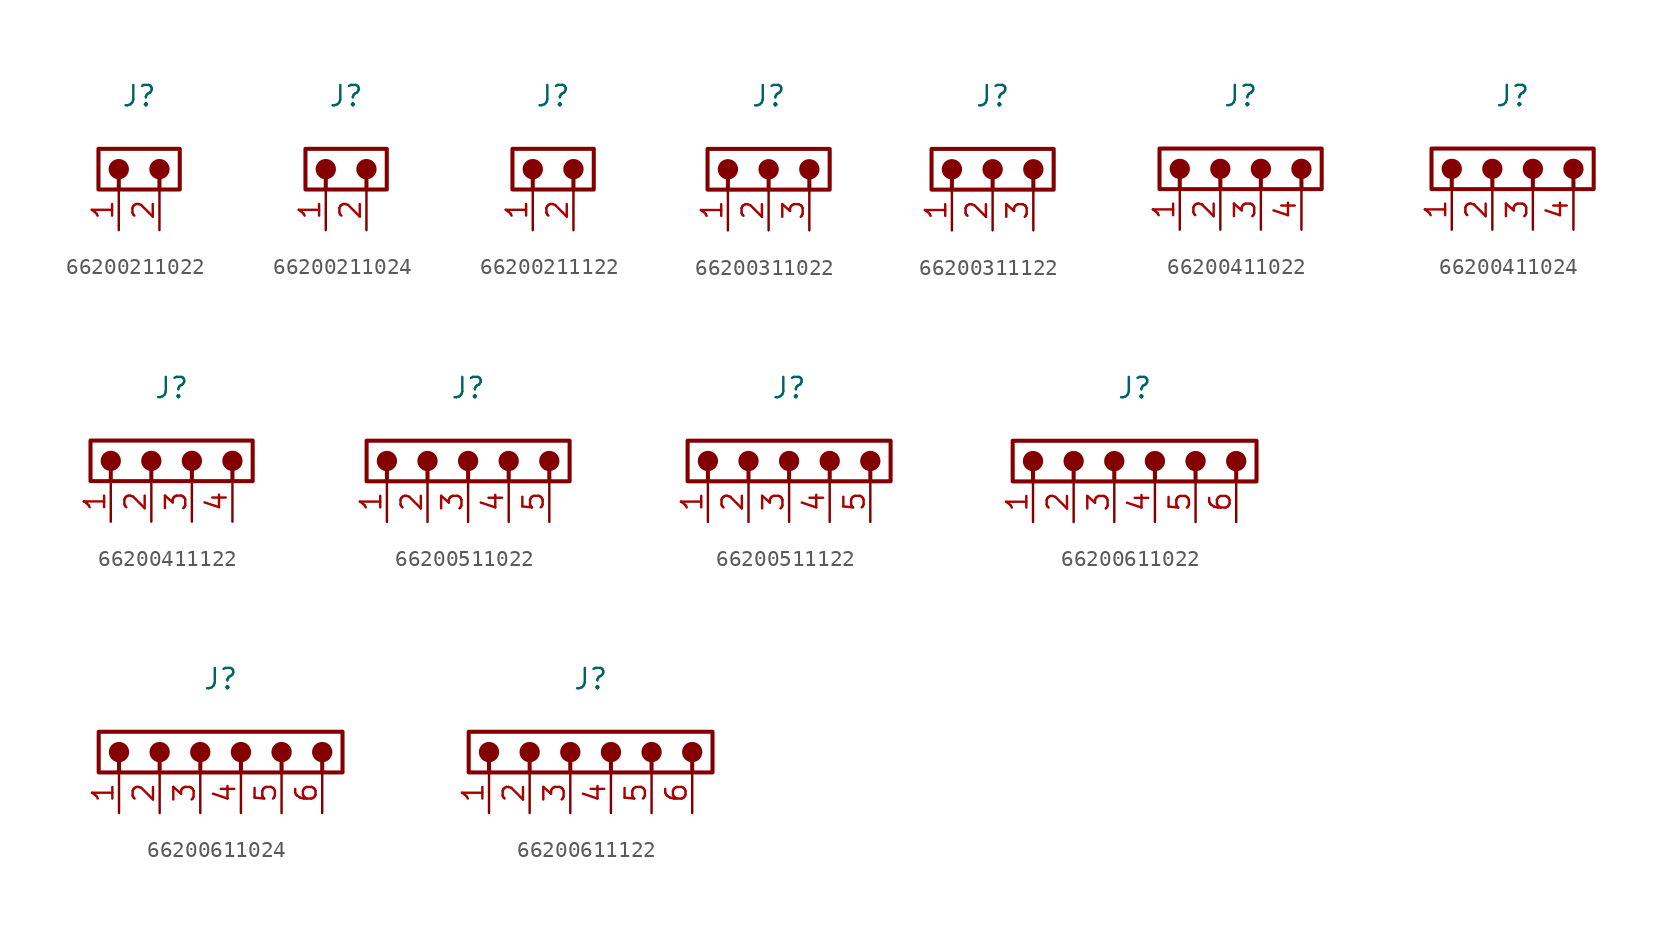
<source format=kicad_sym>
(kicad_symbol_lib
  (version 20241209)
  (generator "kicad_symbol_editor")
  (generator_version "9.0")
  (symbol "66200211022"
    (pin_names
      (hide yes))
    (property "Reference" "J"
      (at 0 4.572 0)
      (effects (font (size 1.27 1.27))))
    (symbol "66200211022_1_1"
      (rectangle (start -2.54 1.27) (end 2.54 -1.27) (stroke (width 0.254) (type solid)) (fill (type none)))
      (circle (center -1.27 0) (radius 0.508) (stroke (width 0.254) (type solid)) (fill (type outline)))
      (polyline (pts (xy -1.27 -0.508) (xy -1.27 -1.27)) (stroke (width 0.254) (type solid)) (fill (type none)))
      (circle (center 1.27 0) (radius 0.508) (stroke (width 0.254) (type solid)) (fill (type outline)))
      (polyline (pts (xy 1.27 -0.508) (xy 1.27 -1.27)) (stroke (width 0.254) (type solid)) (fill (type none)))
      (pin passive line (at -1.27 -3.81 90) (length 2.54) (name "1" (effects (font (size 1.27 1.27)))) (number "1" (effects (font (size 1.27 1.27)))))
      (pin passive line (at 1.27 -3.81 90) (length 2.54) (name "2" (effects (font (size 1.27 1.27)))) (number "2" (effects (font (size 1.27 1.27)))))))
  (symbol "66200211024"
    (pin_names
      (hide yes))
    (property "Reference" "J"
      (at 0 4.572 0)
      (effects (font (size 1.27 1.27))))
    (symbol "66200211024_1_1"
      (rectangle (start -2.54 1.27) (end 2.54 -1.27) (stroke (width 0.254) (type solid)) (fill (type none)))
      (circle (center -1.27 0) (radius 0.508) (stroke (width 0.254) (type solid)) (fill (type outline)))
      (polyline (pts (xy -1.27 -0.508) (xy -1.27 -1.27)) (stroke (width 0.254) (type solid)) (fill (type none)))
      (circle (center 1.27 0) (radius 0.508) (stroke (width 0.254) (type solid)) (fill (type outline)))
      (polyline (pts (xy 1.27 -0.508) (xy 1.27 -1.27)) (stroke (width 0.254) (type solid)) (fill (type none)))
      (pin passive line (at -1.27 -3.81 90) (length 2.54) (name "1" (effects (font (size 1.27 1.27)))) (number "1" (effects (font (size 1.27 1.27)))))
      (pin passive line (at 1.27 -3.81 90) (length 2.54) (name "2" (effects (font (size 1.27 1.27)))) (number "2" (effects (font (size 1.27 1.27)))))))
  (symbol "66200211122"
    (pin_names
      (hide yes))
    (property "Reference" "J"
      (at 0 4.572 0)
      (effects (font (size 1.27 1.27))))
    (symbol "66200211122_1_1"
      (rectangle (start -2.54 1.27) (end 2.54 -1.27) (stroke (width 0.254) (type solid)) (fill (type none)))
      (circle (center -1.27 0) (radius 0.508) (stroke (width 0.254) (type solid)) (fill (type outline)))
      (polyline (pts (xy -1.27 -0.508) (xy -1.27 -1.27)) (stroke (width 0.254) (type solid)) (fill (type none)))
      (circle (center 1.27 0) (radius 0.508) (stroke (width 0.254) (type solid)) (fill (type outline)))
      (polyline (pts (xy 1.27 -0.508) (xy 1.27 -1.27)) (stroke (width 0.254) (type solid)) (fill (type none)))
      (pin passive line (at -1.27 -3.81 90) (length 2.54) (name "1" (effects (font (size 1.27 1.27)))) (number "1" (effects (font (size 1.27 1.27)))))
      (pin passive line (at 1.27 -3.81 90) (length 2.54) (name "2" (effects (font (size 1.27 1.27)))) (number "2" (effects (font (size 1.27 1.27)))))))
  (symbol "66200311022"
    (pin_names
      (hide yes))
    (property "Reference" "J"
      (at 0 4.572 0)
      (effects (font (size 1.27 1.27))))
    (symbol "66200311022_1_1"
      (rectangle (start -3.81 1.27) (end 3.81 -1.27) (stroke (width 0.254) (type solid)) (fill (type none)))
      (circle (center -2.54 0) (radius 0.508) (stroke (width 0.254) (type solid)) (fill (type outline)))
      (polyline (pts (xy -2.54 -0.508) (xy -2.54 -1.27)) (stroke (width 0.254) (type solid)) (fill (type none)))
      (circle (center 0 0) (radius 0.508) (stroke (width 0.254) (type solid)) (fill (type outline)))
      (polyline (pts (xy 0 -0.508) (xy 0 -1.27)) (stroke (width 0.254) (type solid)) (fill (type none)))
      (circle (center 2.54 0) (radius 0.508) (stroke (width 0.254) (type solid)) (fill (type outline)))
      (polyline (pts (xy 2.54 -0.508) (xy 2.54 -1.27)) (stroke (width 0.254) (type solid)) (fill (type none)))
      (pin passive line (at -2.54 -3.81 90) (length 2.54) (name "1" (effects (font (size 1.27 1.27)))) (number "1" (effects (font (size 1.27 1.27)))))
      (pin passive line (at 0 -3.81 90) (length 2.54) (name "2" (effects (font (size 1.27 1.27)))) (number "2" (effects (font (size 1.27 1.27)))))
      (pin passive line (at 2.54 -3.81 90) (length 2.54) (name "3" (effects (font (size 1.27 1.27)))) (number "3" (effects (font (size 1.27 1.27)))))))
  (symbol "66200311122"
    (pin_names
      (hide yes))
    (property "Reference" "J"
      (at 0 4.572 0)
      (effects (font (size 1.27 1.27))))
    (symbol "66200311122_1_1"
      (rectangle (start -3.81 1.27) (end 3.81 -1.27) (stroke (width 0.254) (type solid)) (fill (type none)))
      (circle (center -2.54 0) (radius 0.508) (stroke (width 0.254) (type solid)) (fill (type outline)))
      (polyline (pts (xy -2.54 -0.508) (xy -2.54 -1.27)) (stroke (width 0.254) (type solid)) (fill (type none)))
      (circle (center 0 0) (radius 0.508) (stroke (width 0.254) (type solid)) (fill (type outline)))
      (polyline (pts (xy 0 -0.508) (xy 0 -1.27)) (stroke (width 0.254) (type solid)) (fill (type none)))
      (circle (center 2.54 0) (radius 0.508) (stroke (width 0.254) (type solid)) (fill (type outline)))
      (polyline (pts (xy 2.54 -0.508) (xy 2.54 -1.27)) (stroke (width 0.254) (type solid)) (fill (type none)))
      (pin passive line (at -2.54 -3.81 90) (length 2.54) (name "1" (effects (font (size 1.27 1.27)))) (number "1" (effects (font (size 1.27 1.27)))))
      (pin passive line (at 0 -3.81 90) (length 2.54) (name "2" (effects (font (size 1.27 1.27)))) (number "2" (effects (font (size 1.27 1.27)))))
      (pin passive line (at 2.54 -3.81 90) (length 2.54) (name "3" (effects (font (size 1.27 1.27)))) (number "3" (effects (font (size 1.27 1.27)))))))
  (symbol "66200411022"
    (pin_names
      (hide yes))
    (property "Reference" "J"
      (at 0 4.572 0)
      (effects (font (size 1.27 1.27))))
    (symbol "66200411022_1_1"
      (rectangle (start -5.08 1.27) (end 5.08 -1.27) (stroke (width 0.254) (type solid)) (fill (type none)))
      (circle (center -3.81 0) (radius 0.508) (stroke (width 0.254) (type solid)) (fill (type outline)))
      (polyline (pts (xy -3.81 -0.508) (xy -3.81 -1.27)) (stroke (width 0.254) (type solid)) (fill (type none)))
      (circle (center -1.27 0) (radius 0.508) (stroke (width 0.254) (type solid)) (fill (type outline)))
      (polyline (pts (xy -1.27 -0.508) (xy -1.27 -1.27)) (stroke (width 0.254) (type solid)) (fill (type none)))
      (circle (center 1.27 0) (radius 0.508) (stroke (width 0.254) (type solid)) (fill (type outline)))
      (polyline (pts (xy 1.27 -0.508) (xy 1.27 -1.27)) (stroke (width 0.254) (type solid)) (fill (type none)))
      (circle (center 3.81 0) (radius 0.508) (stroke (width 0.254) (type solid)) (fill (type outline)))
      (polyline (pts (xy 3.81 -0.508) (xy 3.81 -1.27)) (stroke (width 0.254) (type solid)) (fill (type none)))
      (pin passive line (at -3.81 -3.81 90) (length 2.54) (name "1" (effects (font (size 1.27 1.27)))) (number "1" (effects (font (size 1.27 1.27)))))
      (pin passive line (at -1.27 -3.81 90) (length 2.54) (name "2" (effects (font (size 1.27 1.27)))) (number "2" (effects (font (size 1.27 1.27)))))
      (pin passive line (at 1.27 -3.81 90) (length 2.54) (name "3" (effects (font (size 1.27 1.27)))) (number "3" (effects (font (size 1.27 1.27)))))
      (pin passive line (at 3.81 -3.81 90) (length 2.54) (name "4" (effects (font (size 1.27 1.27)))) (number "4" (effects (font (size 1.27 1.27)))))))
  (symbol "66200411024"
    (pin_names
      (hide yes))
    (property "Reference" "J"
      (at 0 4.572 0)
      (effects (font (size 1.27 1.27))))
    (symbol "66200411024_1_1"
      (rectangle (start -5.08 1.27) (end 5.08 -1.27) (stroke (width 0.254) (type solid)) (fill (type none)))
      (circle (center -3.81 0) (radius 0.508) (stroke (width 0.254) (type solid)) (fill (type outline)))
      (polyline (pts (xy -3.81 -0.508) (xy -3.81 -1.27)) (stroke (width 0.254) (type solid)) (fill (type none)))
      (circle (center -1.27 0) (radius 0.508) (stroke (width 0.254) (type solid)) (fill (type outline)))
      (polyline (pts (xy -1.27 -0.508) (xy -1.27 -1.27)) (stroke (width 0.254) (type solid)) (fill (type none)))
      (circle (center 1.27 0) (radius 0.508) (stroke (width 0.254) (type solid)) (fill (type outline)))
      (polyline (pts (xy 1.27 -0.508) (xy 1.27 -1.27)) (stroke (width 0.254) (type solid)) (fill (type none)))
      (circle (center 3.81 0) (radius 0.508) (stroke (width 0.254) (type solid)) (fill (type outline)))
      (polyline (pts (xy 3.81 -0.508) (xy 3.81 -1.27)) (stroke (width 0.254) (type solid)) (fill (type none)))
      (pin passive line (at -3.81 -3.81 90) (length 2.54) (name "1" (effects (font (size 1.27 1.27)))) (number "1" (effects (font (size 1.27 1.27)))))
      (pin passive line (at -1.27 -3.81 90) (length 2.54) (name "2" (effects (font (size 1.27 1.27)))) (number "2" (effects (font (size 1.27 1.27)))))
      (pin passive line (at 1.27 -3.81 90) (length 2.54) (name "3" (effects (font (size 1.27 1.27)))) (number "3" (effects (font (size 1.27 1.27)))))
      (pin passive line (at 3.81 -3.81 90) (length 2.54) (name "4" (effects (font (size 1.27 1.27)))) (number "4" (effects (font (size 1.27 1.27)))))))
  (symbol "66200411122"
    (pin_names
      (hide yes))
    (property "Reference" "J"
      (at 0 4.572 0)
      (effects (font (size 1.27 1.27))))
    (symbol "66200411122_1_1"
      (rectangle (start -5.08 1.27) (end 5.08 -1.27) (stroke (width 0.254) (type solid)) (fill (type none)))
      (circle (center -3.81 0) (radius 0.508) (stroke (width 0.254) (type solid)) (fill (type outline)))
      (polyline (pts (xy -3.81 -0.508) (xy -3.81 -1.27)) (stroke (width 0.254) (type solid)) (fill (type none)))
      (circle (center -1.27 0) (radius 0.508) (stroke (width 0.254) (type solid)) (fill (type outline)))
      (polyline (pts (xy -1.27 -0.508) (xy -1.27 -1.27)) (stroke (width 0.254) (type solid)) (fill (type none)))
      (circle (center 1.27 0) (radius 0.508) (stroke (width 0.254) (type solid)) (fill (type outline)))
      (polyline (pts (xy 1.27 -0.508) (xy 1.27 -1.27)) (stroke (width 0.254) (type solid)) (fill (type none)))
      (circle (center 3.81 0) (radius 0.508) (stroke (width 0.254) (type solid)) (fill (type outline)))
      (polyline (pts (xy 3.81 -0.508) (xy 3.81 -1.27)) (stroke (width 0.254) (type solid)) (fill (type none)))
      (pin passive line (at -3.81 -3.81 90) (length 2.54) (name "1" (effects (font (size 1.27 1.27)))) (number "1" (effects (font (size 1.27 1.27)))))
      (pin passive line (at -1.27 -3.81 90) (length 2.54) (name "2" (effects (font (size 1.27 1.27)))) (number "2" (effects (font (size 1.27 1.27)))))
      (pin passive line (at 1.27 -3.81 90) (length 2.54) (name "3" (effects (font (size 1.27 1.27)))) (number "3" (effects (font (size 1.27 1.27)))))
      (pin passive line (at 3.81 -3.81 90) (length 2.54) (name "4" (effects (font (size 1.27 1.27)))) (number "4" (effects (font (size 1.27 1.27)))))))
  (symbol "66200511022"
    (pin_names
      (hide yes))
    (property "Reference" "J"
      (at 0 4.572 0)
      (effects (font (size 1.27 1.27))))
    (symbol "66200511022_1_1"
      (rectangle (start -6.35 1.27) (end 6.35 -1.27) (stroke (width 0.254) (type solid)) (fill (type none)))
      (circle (center -5.08 0) (radius 0.508) (stroke (width 0.254) (type solid)) (fill (type outline)))
      (polyline (pts (xy -5.08 -0.508) (xy -5.08 -1.27)) (stroke (width 0.254) (type solid)) (fill (type none)))
      (circle (center -2.54 0) (radius 0.508) (stroke (width 0.254) (type solid)) (fill (type outline)))
      (polyline (pts (xy -2.54 -0.508) (xy -2.54 -1.27)) (stroke (width 0.254) (type solid)) (fill (type none)))
      (circle (center 0 0) (radius 0.508) (stroke (width 0.254) (type solid)) (fill (type outline)))
      (polyline (pts (xy 0 -0.508) (xy 0 -1.27)) (stroke (width 0.254) (type solid)) (fill (type none)))
      (circle (center 2.54 0) (radius 0.508) (stroke (width 0.254) (type solid)) (fill (type outline)))
      (polyline (pts (xy 2.54 -0.508) (xy 2.54 -1.27)) (stroke (width 0.254) (type solid)) (fill (type none)))
      (circle (center 5.08 0) (radius 0.508) (stroke (width 0.254) (type solid)) (fill (type outline)))
      (polyline (pts (xy 5.08 -0.508) (xy 5.08 -1.27)) (stroke (width 0.254) (type solid)) (fill (type none)))
      (pin passive line (at -5.08 -3.81 90) (length 2.54) (name "1" (effects (font (size 1.27 1.27)))) (number "1" (effects (font (size 1.27 1.27)))))
      (pin passive line (at -2.54 -3.81 90) (length 2.54) (name "2" (effects (font (size 1.27 1.27)))) (number "2" (effects (font (size 1.27 1.27)))))
      (pin passive line (at 0 -3.81 90) (length 2.54) (name "3" (effects (font (size 1.27 1.27)))) (number "3" (effects (font (size 1.27 1.27)))))
      (pin passive line (at 2.54 -3.81 90) (length 2.54) (name "4" (effects (font (size 1.27 1.27)))) (number "4" (effects (font (size 1.27 1.27)))))
      (pin passive line (at 5.08 -3.81 90) (length 2.54) (name "5" (effects (font (size 1.27 1.27)))) (number "5" (effects (font (size 1.27 1.27)))))))
  (symbol "66200511122"
    (pin_names
      (hide yes))
    (property "Reference" "J"
      (at 0 4.572 0)
      (effects (font (size 1.27 1.27))))
    (symbol "66200511122_1_1"
      (rectangle (start -6.35 1.27) (end 6.35 -1.27) (stroke (width 0.254) (type solid)) (fill (type none)))
      (circle (center -5.08 0) (radius 0.508) (stroke (width 0.254) (type solid)) (fill (type outline)))
      (polyline (pts (xy -5.08 -0.508) (xy -5.08 -1.27)) (stroke (width 0.254) (type solid)) (fill (type none)))
      (circle (center -2.54 0) (radius 0.508) (stroke (width 0.254) (type solid)) (fill (type outline)))
      (polyline (pts (xy -2.54 -0.508) (xy -2.54 -1.27)) (stroke (width 0.254) (type solid)) (fill (type none)))
      (circle (center 0 0) (radius 0.508) (stroke (width 0.254) (type solid)) (fill (type outline)))
      (polyline (pts (xy 0 -0.508) (xy 0 -1.27)) (stroke (width 0.254) (type solid)) (fill (type none)))
      (circle (center 2.54 0) (radius 0.508) (stroke (width 0.254) (type solid)) (fill (type outline)))
      (polyline (pts (xy 2.54 -0.508) (xy 2.54 -1.27)) (stroke (width 0.254) (type solid)) (fill (type none)))
      (circle (center 5.08 0) (radius 0.508) (stroke (width 0.254) (type solid)) (fill (type outline)))
      (polyline (pts (xy 5.08 -0.508) (xy 5.08 -1.27)) (stroke (width 0.254) (type solid)) (fill (type none)))
      (pin passive line (at -5.08 -3.81 90) (length 2.54) (name "1" (effects (font (size 1.27 1.27)))) (number "1" (effects (font (size 1.27 1.27)))))
      (pin passive line (at -2.54 -3.81 90) (length 2.54) (name "2" (effects (font (size 1.27 1.27)))) (number "2" (effects (font (size 1.27 1.27)))))
      (pin passive line (at 0 -3.81 90) (length 2.54) (name "3" (effects (font (size 1.27 1.27)))) (number "3" (effects (font (size 1.27 1.27)))))
      (pin passive line (at 2.54 -3.81 90) (length 2.54) (name "4" (effects (font (size 1.27 1.27)))) (number "4" (effects (font (size 1.27 1.27)))))
      (pin passive line (at 5.08 -3.81 90) (length 2.54) (name "5" (effects (font (size 1.27 1.27)))) (number "5" (effects (font (size 1.27 1.27)))))))
  (symbol "66200611022"
    (pin_names
      (hide yes))
    (property "Reference" "J"
      (at 0 4.572 0)
      (effects (font (size 1.27 1.27))))
    (symbol "66200611022_1_1"
      (rectangle (start -7.62 1.27) (end 7.62 -1.27) (stroke (width 0.254) (type solid)) (fill (type none)))
      (circle (center -6.35 0) (radius 0.508) (stroke (width 0.254) (type solid)) (fill (type outline)))
      (polyline (pts (xy -6.35 -0.508) (xy -6.35 -1.27)) (stroke (width 0.254) (type solid)) (fill (type none)))
      (circle (center -3.81 0) (radius 0.508) (stroke (width 0.254) (type solid)) (fill (type outline)))
      (polyline (pts (xy -3.81 -0.508) (xy -3.81 -1.27)) (stroke (width 0.254) (type solid)) (fill (type none)))
      (circle (center -1.27 0) (radius 0.508) (stroke (width 0.254) (type solid)) (fill (type outline)))
      (polyline (pts (xy -1.27 -0.508) (xy -1.27 -1.27)) (stroke (width 0.254) (type solid)) (fill (type none)))
      (circle (center 1.27 0) (radius 0.508) (stroke (width 0.254) (type solid)) (fill (type outline)))
      (polyline (pts (xy 1.27 -0.508) (xy 1.27 -1.27)) (stroke (width 0.254) (type solid)) (fill (type none)))
      (circle (center 3.81 0) (radius 0.508) (stroke (width 0.254) (type solid)) (fill (type outline)))
      (polyline (pts (xy 3.81 -0.508) (xy 3.81 -1.27)) (stroke (width 0.254) (type solid)) (fill (type none)))
      (circle (center 6.35 0) (radius 0.508) (stroke (width 0.254) (type solid)) (fill (type outline)))
      (polyline (pts (xy 6.35 -0.508) (xy 6.35 -1.27)) (stroke (width 0.254) (type solid)) (fill (type none)))
      (pin passive line (at -6.35 -3.81 90) (length 2.54) (name "1" (effects (font (size 1.27 1.27)))) (number "1" (effects (font (size 1.27 1.27)))))
      (pin passive line (at -3.81 -3.81 90) (length 2.54) (name "2" (effects (font (size 1.27 1.27)))) (number "2" (effects (font (size 1.27 1.27)))))
      (pin passive line (at -1.27 -3.81 90) (length 2.54) (name "3" (effects (font (size 1.27 1.27)))) (number "3" (effects (font (size 1.27 1.27)))))
      (pin passive line (at 1.27 -3.81 90) (length 2.54) (name "4" (effects (font (size 1.27 1.27)))) (number "4" (effects (font (size 1.27 1.27)))))
      (pin passive line (at 3.81 -3.81 90) (length 2.54) (name "5" (effects (font (size 1.27 1.27)))) (number "5" (effects (font (size 1.27 1.27)))))
      (pin passive line (at 6.35 -3.81 90) (length 2.54) (name "6" (effects (font (size 1.27 1.27)))) (number "6" (effects (font (size 1.27 1.27)))))))
  (symbol "66200611024"
    (pin_names
      (hide yes))
    (property "Reference" "J"
      (at 0 4.572 0)
      (effects (font (size 1.27 1.27))))
    (symbol "66200611024_1_1"
      (rectangle (start -7.62 1.27) (end 7.62 -1.27) (stroke (width 0.254) (type solid)) (fill (type none)))
      (circle (center -6.35 0) (radius 0.508) (stroke (width 0.254) (type solid)) (fill (type outline)))
      (polyline (pts (xy -6.35 -0.508) (xy -6.35 -1.27)) (stroke (width 0.254) (type solid)) (fill (type none)))
      (circle (center -3.81 0) (radius 0.508) (stroke (width 0.254) (type solid)) (fill (type outline)))
      (polyline (pts (xy -3.81 -0.508) (xy -3.81 -1.27)) (stroke (width 0.254) (type solid)) (fill (type none)))
      (circle (center -1.27 0) (radius 0.508) (stroke (width 0.254) (type solid)) (fill (type outline)))
      (polyline (pts (xy -1.27 -0.508) (xy -1.27 -1.27)) (stroke (width 0.254) (type solid)) (fill (type none)))
      (circle (center 1.27 0) (radius 0.508) (stroke (width 0.254) (type solid)) (fill (type outline)))
      (polyline (pts (xy 1.27 -0.508) (xy 1.27 -1.27)) (stroke (width 0.254) (type solid)) (fill (type none)))
      (circle (center 3.81 0) (radius 0.508) (stroke (width 0.254) (type solid)) (fill (type outline)))
      (polyline (pts (xy 3.81 -0.508) (xy 3.81 -1.27)) (stroke (width 0.254) (type solid)) (fill (type none)))
      (circle (center 6.35 0) (radius 0.508) (stroke (width 0.254) (type solid)) (fill (type outline)))
      (polyline (pts (xy 6.35 -0.508) (xy 6.35 -1.27)) (stroke (width 0.254) (type solid)) (fill (type none)))
      (pin passive line (at -6.35 -3.81 90) (length 2.54) (name "1" (effects (font (size 1.27 1.27)))) (number "1" (effects (font (size 1.27 1.27)))))
      (pin passive line (at -3.81 -3.81 90) (length 2.54) (name "2" (effects (font (size 1.27 1.27)))) (number "2" (effects (font (size 1.27 1.27)))))
      (pin passive line (at -1.27 -3.81 90) (length 2.54) (name "3" (effects (font (size 1.27 1.27)))) (number "3" (effects (font (size 1.27 1.27)))))
      (pin passive line (at 1.27 -3.81 90) (length 2.54) (name "4" (effects (font (size 1.27 1.27)))) (number "4" (effects (font (size 1.27 1.27)))))
      (pin passive line (at 3.81 -3.81 90) (length 2.54) (name "5" (effects (font (size 1.27 1.27)))) (number "5" (effects (font (size 1.27 1.27)))))
      (pin passive line (at 6.35 -3.81 90) (length 2.54) (name "6" (effects (font (size 1.27 1.27)))) (number "6" (effects (font (size 1.27 1.27)))))))
  (symbol "66200611122"
    (pin_names
      (hide yes))
    (property "Reference" "J"
      (at 0 4.572 0)
      (effects (font (size 1.27 1.27))))
    (symbol "66200611122_1_1"
      (rectangle (start -7.62 1.27) (end 7.62 -1.27) (stroke (width 0.254) (type solid)) (fill (type none)))
      (circle (center -6.35 0) (radius 0.508) (stroke (width 0.254) (type solid)) (fill (type outline)))
      (polyline (pts (xy -6.35 -0.508) (xy -6.35 -1.27)) (stroke (width 0.254) (type solid)) (fill (type none)))
      (circle (center -3.81 0) (radius 0.508) (stroke (width 0.254) (type solid)) (fill (type outline)))
      (polyline (pts (xy -3.81 -0.508) (xy -3.81 -1.27)) (stroke (width 0.254) (type solid)) (fill (type none)))
      (circle (center -1.27 0) (radius 0.508) (stroke (width 0.254) (type solid)) (fill (type outline)))
      (polyline (pts (xy -1.27 -0.508) (xy -1.27 -1.27)) (stroke (width 0.254) (type solid)) (fill (type none)))
      (circle (center 1.27 0) (radius 0.508) (stroke (width 0.254) (type solid)) (fill (type outline)))
      (polyline (pts (xy 1.27 -0.508) (xy 1.27 -1.27)) (stroke (width 0.254) (type solid)) (fill (type none)))
      (circle (center 3.81 0) (radius 0.508) (stroke (width 0.254) (type solid)) (fill (type outline)))
      (polyline (pts (xy 3.81 -0.508) (xy 3.81 -1.27)) (stroke (width 0.254) (type solid)) (fill (type none)))
      (circle (center 6.35 0) (radius 0.508) (stroke (width 0.254) (type solid)) (fill (type outline)))
      (polyline (pts (xy 6.35 -0.508) (xy 6.35 -1.27)) (stroke (width 0.254) (type solid)) (fill (type none)))
      (pin passive line (at -6.35 -3.81 90) (length 2.54) (name "1" (effects (font (size 1.27 1.27)))) (number "1" (effects (font (size 1.27 1.27)))))
      (pin passive line (at -3.81 -3.81 90) (length 2.54) (name "2" (effects (font (size 1.27 1.27)))) (number "2" (effects (font (size 1.27 1.27)))))
      (pin passive line (at -1.27 -3.81 90) (length 2.54) (name "3" (effects (font (size 1.27 1.27)))) (number "3" (effects (font (size 1.27 1.27)))))
      (pin passive line (at 1.27 -3.81 90) (length 2.54) (name "4" (effects (font (size 1.27 1.27)))) (number "4" (effects (font (size 1.27 1.27)))))
      (pin passive line (at 3.81 -3.81 90) (length 2.54) (name "5" (effects (font (size 1.27 1.27)))) (number "5" (effects (font (size 1.27 1.27)))))
      (pin passive line (at 6.35 -3.81 90) (length 2.54) (name "6" (effects (font (size 1.27 1.27)))) (number "6" (effects (font (size 1.27 1.27))))))))
</source>
